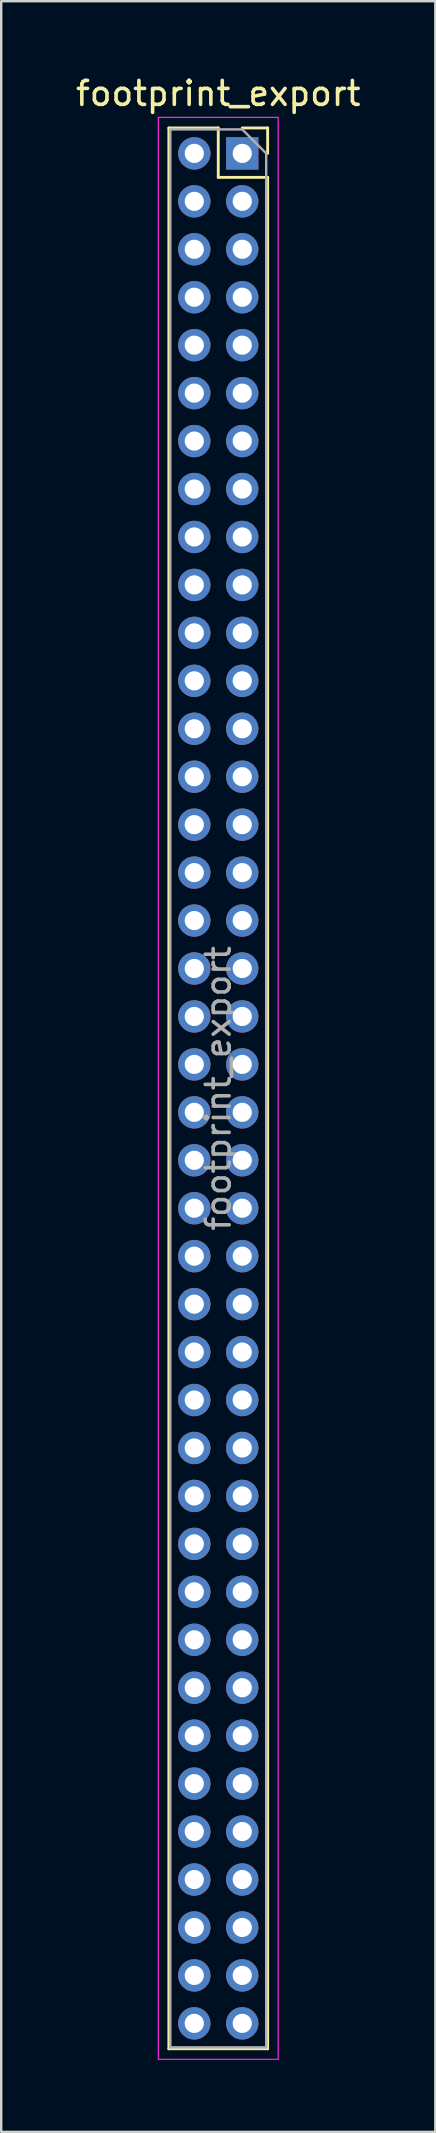
<source format=kicad_pcb>
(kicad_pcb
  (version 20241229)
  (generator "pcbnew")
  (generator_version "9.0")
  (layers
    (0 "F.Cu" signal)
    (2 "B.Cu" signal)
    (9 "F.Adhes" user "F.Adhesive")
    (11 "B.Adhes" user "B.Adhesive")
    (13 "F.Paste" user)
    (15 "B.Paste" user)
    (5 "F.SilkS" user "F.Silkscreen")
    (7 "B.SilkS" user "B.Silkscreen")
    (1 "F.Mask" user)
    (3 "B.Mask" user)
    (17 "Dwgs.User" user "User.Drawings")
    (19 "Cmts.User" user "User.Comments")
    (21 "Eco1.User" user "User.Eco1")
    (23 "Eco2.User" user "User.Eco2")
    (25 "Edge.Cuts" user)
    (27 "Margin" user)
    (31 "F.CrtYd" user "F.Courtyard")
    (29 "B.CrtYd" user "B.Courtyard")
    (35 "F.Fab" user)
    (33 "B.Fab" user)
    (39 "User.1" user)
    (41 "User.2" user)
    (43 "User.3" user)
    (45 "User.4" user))
  (footprint "footprint_export"
    (layer "F.Cu")
    (at 7.054 3.348)
    (property "Reference" "footprint_export" (at -1 -2.5 0) (layer "F.SilkS") (effects (font (size 1 1) (thickness 0.15))))
    (attr through_hole)
    (fp_line (start -3.06 -1.06) (end -3.06 79.06) (stroke (width 0.12) (type solid)) (layer "F.SilkS"))
    (fp_line (start -3.06 -1.06) (end -1 -1.06) (stroke (width 0.12) (type solid)) (layer "F.SilkS"))
    (fp_line (start -3.06 79.06) (end 1.06 79.06) (stroke (width 0.12) (type solid)) (layer "F.SilkS"))
    (fp_line (start -1 -1.06) (end -1 1) (stroke (width 0.12) (type solid)) (layer "F.SilkS"))
    (fp_line (start -1 1) (end 1.06 1) (stroke (width 0.12) (type solid)) (layer "F.SilkS"))
    (fp_line (start 0 -1.06) (end 1.06 -1.06) (stroke (width 0.12) (type solid)) (layer "F.SilkS"))
    (fp_line (start 1.06 -1.06) (end 1.06 0) (stroke (width 0.12) (type solid)) (layer "F.SilkS"))
    (fp_line (start 1.06 1) (end 1.06 79.06) (stroke (width 0.12) (type solid)) (layer "F.SilkS"))
    (fp_line (start -3.5 -1.5) (end 1.5 -1.5) (stroke (width 0.05) (type solid)) (layer "F.CrtYd"))
    (fp_line (start -3.5 79.5) (end -3.5 -1.5) (stroke (width 0.05) (type solid)) (layer "F.CrtYd"))
    (fp_line (start 1.5 -1.5) (end 1.5 79.5) (stroke (width 0.05) (type solid)) (layer "F.CrtYd"))
    (fp_line (start 1.5 79.5) (end -3.5 79.5) (stroke (width 0.05) (type solid)) (layer "F.CrtYd"))
    (fp_line (start -3 -1) (end 0 -1) (stroke (width 0.1) (type solid)) (layer "F.Fab"))
    (fp_line (start -3 79) (end -3 -1) (stroke (width 0.1) (type solid)) (layer "F.Fab"))
    (fp_line (start 0 -1) (end 1 0) (stroke (width 0.1) (type solid)) (layer "F.Fab"))
    (fp_line (start 1 0) (end 1 79) (stroke (width 0.1) (type solid)) (layer "F.Fab"))
    (fp_line (start 1 79) (end -3 79) (stroke (width 0.1) (type solid)) (layer "F.Fab"))
    (fp_text user "${REFERENCE}" (at -1 39 90) (layer "F.Fab") (effects (font (size 1 1) (thickness 0.15))))
    (pad "1" thru_hole rect (at 0 0) (size 1.35 1.35) (drill 0.8) (layers "*.Cu" "*.Mask"))
    (pad "2" thru_hole oval (at -2 0) (size 1.35 1.35) (drill 0.8) (layers "*.Cu" "*.Mask"))
    (pad "3" thru_hole oval (at 0 2) (size 1.35 1.35) (drill 0.8) (layers "*.Cu" "*.Mask"))
    (pad "4" thru_hole oval (at -2 2) (size 1.35 1.35) (drill 0.8) (layers "*.Cu" "*.Mask"))
    (pad "5" thru_hole oval (at 0 4) (size 1.35 1.35) (drill 0.8) (layers "*.Cu" "*.Mask"))
    (pad "6" thru_hole oval (at -2 4) (size 1.35 1.35) (drill 0.8) (layers "*.Cu" "*.Mask"))
    (pad "7" thru_hole oval (at 0 6) (size 1.35 1.35) (drill 0.8) (layers "*.Cu" "*.Mask"))
    (pad "8" thru_hole oval (at -2 6) (size 1.35 1.35) (drill 0.8) (layers "*.Cu" "*.Mask"))
    (pad "9" thru_hole oval (at 0 8) (size 1.35 1.35) (drill 0.8) (layers "*.Cu" "*.Mask"))
    (pad "10" thru_hole oval (at -2 8) (size 1.35 1.35) (drill 0.8) (layers "*.Cu" "*.Mask"))
    (pad "11" thru_hole oval (at 0 10) (size 1.35 1.35) (drill 0.8) (layers "*.Cu" "*.Mask"))
    (pad "12" thru_hole oval (at -2 10) (size 1.35 1.35) (drill 0.8) (layers "*.Cu" "*.Mask"))
    (pad "13" thru_hole oval (at 0 12) (size 1.35 1.35) (drill 0.8) (layers "*.Cu" "*.Mask"))
    (pad "14" thru_hole oval (at -2 12) (size 1.35 1.35) (drill 0.8) (layers "*.Cu" "*.Mask"))
    (pad "15" thru_hole oval (at 0 14) (size 1.35 1.35) (drill 0.8) (layers "*.Cu" "*.Mask"))
    (pad "16" thru_hole oval (at -2 14) (size 1.35 1.35) (drill 0.8) (layers "*.Cu" "*.Mask"))
    (pad "17" thru_hole oval (at 0 16) (size 1.35 1.35) (drill 0.8) (layers "*.Cu" "*.Mask"))
    (pad "18" thru_hole oval (at -2 16) (size 1.35 1.35) (drill 0.8) (layers "*.Cu" "*.Mask"))
    (pad "19" thru_hole oval (at 0 18) (size 1.35 1.35) (drill 0.8) (layers "*.Cu" "*.Mask"))
    (pad "20" thru_hole oval (at -2 18) (size 1.35 1.35) (drill 0.8) (layers "*.Cu" "*.Mask"))
    (pad "21" thru_hole oval (at 0 20) (size 1.35 1.35) (drill 0.8) (layers "*.Cu" "*.Mask"))
    (pad "22" thru_hole oval (at -2 20) (size 1.35 1.35) (drill 0.8) (layers "*.Cu" "*.Mask"))
    (pad "23" thru_hole oval (at 0 22) (size 1.35 1.35) (drill 0.8) (layers "*.Cu" "*.Mask"))
    (pad "24" thru_hole oval (at -2 22) (size 1.35 1.35) (drill 0.8) (layers "*.Cu" "*.Mask"))
    (pad "25" thru_hole oval (at 0 24) (size 1.35 1.35) (drill 0.8) (layers "*.Cu" "*.Mask"))
    (pad "26" thru_hole oval (at -2 24) (size 1.35 1.35) (drill 0.8) (layers "*.Cu" "*.Mask"))
    (pad "27" thru_hole oval (at 0 26) (size 1.35 1.35) (drill 0.8) (layers "*.Cu" "*.Mask"))
    (pad "28" thru_hole oval (at -2 26) (size 1.35 1.35) (drill 0.8) (layers "*.Cu" "*.Mask"))
    (pad "29" thru_hole oval (at 0 28) (size 1.35 1.35) (drill 0.8) (layers "*.Cu" "*.Mask"))
    (pad "30" thru_hole oval (at -2 28) (size 1.35 1.35) (drill 0.8) (layers "*.Cu" "*.Mask"))
    (pad "31" thru_hole oval (at 0 30) (size 1.35 1.35) (drill 0.8) (layers "*.Cu" "*.Mask"))
    (pad "32" thru_hole oval (at -2 30) (size 1.35 1.35) (drill 0.8) (layers "*.Cu" "*.Mask"))
    (pad "33" thru_hole oval (at 0 32) (size 1.35 1.35) (drill 0.8) (layers "*.Cu" "*.Mask"))
    (pad "34" thru_hole oval (at -2 32) (size 1.35 1.35) (drill 0.8) (layers "*.Cu" "*.Mask"))
    (pad "35" thru_hole oval (at 0 34) (size 1.35 1.35) (drill 0.8) (layers "*.Cu" "*.Mask"))
    (pad "36" thru_hole oval (at -2 34) (size 1.35 1.35) (drill 0.8) (layers "*.Cu" "*.Mask"))
    (pad "37" thru_hole oval (at 0 36) (size 1.35 1.35) (drill 0.8) (layers "*.Cu" "*.Mask"))
    (pad "38" thru_hole oval (at -2 36) (size 1.35 1.35) (drill 0.8) (layers "*.Cu" "*.Mask"))
    (pad "39" thru_hole oval (at 0 38) (size 1.35 1.35) (drill 0.8) (layers "*.Cu" "*.Mask"))
    (pad "40" thru_hole oval (at -2 38) (size 1.35 1.35) (drill 0.8) (layers "*.Cu" "*.Mask"))
    (pad "41" thru_hole oval (at 0 40) (size 1.35 1.35) (drill 0.8) (layers "*.Cu" "*.Mask"))
    (pad "42" thru_hole oval (at -2 40) (size 1.35 1.35) (drill 0.8) (layers "*.Cu" "*.Mask"))
    (pad "43" thru_hole oval (at 0 42) (size 1.35 1.35) (drill 0.8) (layers "*.Cu" "*.Mask"))
    (pad "44" thru_hole oval (at -2 42) (size 1.35 1.35) (drill 0.8) (layers "*.Cu" "*.Mask"))
    (pad "45" thru_hole oval (at 0 44) (size 1.35 1.35) (drill 0.8) (layers "*.Cu" "*.Mask"))
    (pad "46" thru_hole oval (at -2 44) (size 1.35 1.35) (drill 0.8) (layers "*.Cu" "*.Mask"))
    (pad "47" thru_hole oval (at 0 46) (size 1.35 1.35) (drill 0.8) (layers "*.Cu" "*.Mask"))
    (pad "48" thru_hole oval (at -2 46) (size 1.35 1.35) (drill 0.8) (layers "*.Cu" "*.Mask"))
    (pad "49" thru_hole oval (at 0 48) (size 1.35 1.35) (drill 0.8) (layers "*.Cu" "*.Mask"))
    (pad "50" thru_hole oval (at -2 48) (size 1.35 1.35) (drill 0.8) (layers "*.Cu" "*.Mask"))
    (pad "51" thru_hole oval (at 0 50) (size 1.35 1.35) (drill 0.8) (layers "*.Cu" "*.Mask"))
    (pad "52" thru_hole oval (at -2 50) (size 1.35 1.35) (drill 0.8) (layers "*.Cu" "*.Mask"))
    (pad "53" thru_hole oval (at 0 52) (size 1.35 1.35) (drill 0.8) (layers "*.Cu" "*.Mask"))
    (pad "54" thru_hole oval (at -2 52) (size 1.35 1.35) (drill 0.8) (layers "*.Cu" "*.Mask"))
    (pad "55" thru_hole oval (at 0 54) (size 1.35 1.35) (drill 0.8) (layers "*.Cu" "*.Mask"))
    (pad "56" thru_hole oval (at -2 54) (size 1.35 1.35) (drill 0.8) (layers "*.Cu" "*.Mask"))
    (pad "57" thru_hole oval (at 0 56) (size 1.35 1.35) (drill 0.8) (layers "*.Cu" "*.Mask"))
    (pad "58" thru_hole oval (at -2 56) (size 1.35 1.35) (drill 0.8) (layers "*.Cu" "*.Mask"))
    (pad "59" thru_hole oval (at 0 58) (size 1.35 1.35) (drill 0.8) (layers "*.Cu" "*.Mask"))
    (pad "60" thru_hole oval (at -2 58) (size 1.35 1.35) (drill 0.8) (layers "*.Cu" "*.Mask"))
    (pad "61" thru_hole oval (at 0 60) (size 1.35 1.35) (drill 0.8) (layers "*.Cu" "*.Mask"))
    (pad "62" thru_hole oval (at -2 60) (size 1.35 1.35) (drill 0.8) (layers "*.Cu" "*.Mask"))
    (pad "63" thru_hole oval (at 0 62) (size 1.35 1.35) (drill 0.8) (layers "*.Cu" "*.Mask"))
    (pad "64" thru_hole oval (at -2 62) (size 1.35 1.35) (drill 0.8) (layers "*.Cu" "*.Mask"))
    (pad "65" thru_hole oval (at 0 64) (size 1.35 1.35) (drill 0.8) (layers "*.Cu" "*.Mask"))
    (pad "66" thru_hole oval (at -2 64) (size 1.35 1.35) (drill 0.8) (layers "*.Cu" "*.Mask"))
    (pad "67" thru_hole oval (at 0 66) (size 1.35 1.35) (drill 0.8) (layers "*.Cu" "*.Mask"))
    (pad "68" thru_hole oval (at -2 66) (size 1.35 1.35) (drill 0.8) (layers "*.Cu" "*.Mask"))
    (pad "69" thru_hole oval (at 0 68) (size 1.35 1.35) (drill 0.8) (layers "*.Cu" "*.Mask"))
    (pad "70" thru_hole oval (at -2 68) (size 1.35 1.35) (drill 0.8) (layers "*.Cu" "*.Mask"))
    (pad "71" thru_hole oval (at 0 70) (size 1.35 1.35) (drill 0.8) (layers "*.Cu" "*.Mask"))
    (pad "72" thru_hole oval (at -2 70) (size 1.35 1.35) (drill 0.8) (layers "*.Cu" "*.Mask"))
    (pad "73" thru_hole oval (at 0 72) (size 1.35 1.35) (drill 0.8) (layers "*.Cu" "*.Mask"))
    (pad "74" thru_hole oval (at -2 72) (size 1.35 1.35) (drill 0.8) (layers "*.Cu" "*.Mask"))
    (pad "75" thru_hole oval (at 0 74) (size 1.35 1.35) (drill 0.8) (layers "*.Cu" "*.Mask"))
    (pad "76" thru_hole oval (at -2 74) (size 1.35 1.35) (drill 0.8) (layers "*.Cu" "*.Mask"))
    (pad "77" thru_hole oval (at 0 76) (size 1.35 1.35) (drill 0.8) (layers "*.Cu" "*.Mask"))
    (pad "78" thru_hole oval (at -2 76) (size 1.35 1.35) (drill 0.8) (layers "*.Cu" "*.Mask"))
    (pad "79" thru_hole oval (at 0 78) (size 1.35 1.35) (drill 0.8) (layers "*.Cu" "*.Mask"))
    (pad "80" thru_hole oval (at -2 78) (size 1.35 1.35) (drill 0.8) (layers "*.Cu" "*.Mask")))
  (gr_rect
    (start -3 -3)
    (end 15.107 85.873)
    (stroke (width 0.1) (type default))
    (fill no)
    (layer "Edge.Cuts")))
</source>
